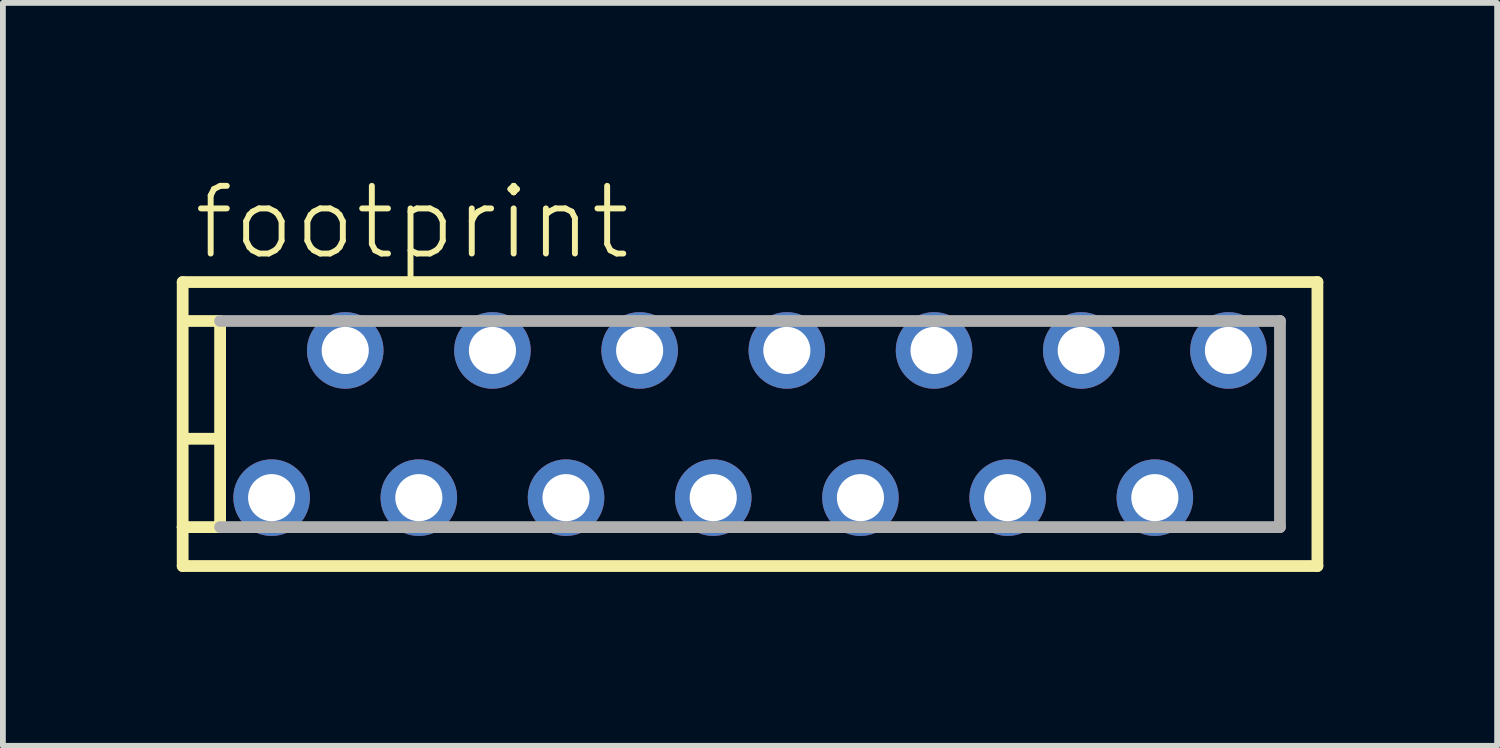
<source format=kicad_pcb>
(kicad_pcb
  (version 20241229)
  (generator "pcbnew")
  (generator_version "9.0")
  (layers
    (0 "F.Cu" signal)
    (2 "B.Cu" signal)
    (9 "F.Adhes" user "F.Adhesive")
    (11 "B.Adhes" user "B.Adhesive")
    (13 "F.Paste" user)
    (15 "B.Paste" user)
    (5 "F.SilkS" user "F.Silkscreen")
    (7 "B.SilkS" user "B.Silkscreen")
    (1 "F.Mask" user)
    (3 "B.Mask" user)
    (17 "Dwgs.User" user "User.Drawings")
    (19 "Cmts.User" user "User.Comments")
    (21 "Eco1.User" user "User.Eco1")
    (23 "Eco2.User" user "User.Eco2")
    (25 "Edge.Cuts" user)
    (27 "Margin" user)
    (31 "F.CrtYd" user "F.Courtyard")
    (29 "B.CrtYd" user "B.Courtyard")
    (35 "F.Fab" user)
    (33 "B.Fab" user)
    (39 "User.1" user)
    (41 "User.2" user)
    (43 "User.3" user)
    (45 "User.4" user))
  (footprint "footprint"
    (layer "F.Cu")
    (at 9.892 4.267)
    (property "Reference" "footprint" (at -9.652 -2.794 0) (layer "F.SilkS") (effects (font (size 1.168 1.168) (thickness 0.102)) (justify left bottom)))
    (fp_line (start -9.79 -2.45) (end -9.79 1.778) (stroke (width 0.203) (type solid)) (layer "F.SilkS"))
    (fp_line (start -9.79 1.778) (end -9.79 2.45) (stroke (width 0.203) (type solid)) (layer "F.SilkS"))
    (fp_line (start -9.79 2.45) (end 9.79 2.45) (stroke (width 0.203) (type solid)) (layer "F.SilkS"))
    (fp_line (start -9.779 -1.778) (end -9.144 -1.778) (stroke (width 0.203) (type solid)) (layer "F.SilkS"))
    (fp_line (start -9.779 0.254) (end -9.144 0.254) (stroke (width 0.203) (type solid)) (layer "F.SilkS"))
    (fp_line (start -9.144 -1.778) (end -9.144 0.254) (stroke (width 0.203) (type solid)) (layer "F.SilkS"))
    (fp_line (start -9.144 0.254) (end -9.144 1.778) (stroke (width 0.203) (type solid)) (layer "F.SilkS"))
    (fp_line (start -9.144 1.778) (end -9.79 1.778) (stroke (width 0.203) (type solid)) (layer "F.SilkS"))
    (fp_line (start 9.79 -2.45) (end -9.79 -2.45) (stroke (width 0.203) (type solid)) (layer "F.SilkS"))
    (fp_line (start 9.79 2.45) (end 9.79 -2.45) (stroke (width 0.203) (type solid)) (layer "F.SilkS"))
    (fp_line (start -9.144 -1.778) (end 9.144 -1.778) (stroke (width 0.203) (type solid)) (layer "F.Fab"))
    (fp_line (start 9.144 -1.778) (end 9.144 1.778) (stroke (width 0.203) (type solid)) (layer "F.Fab"))
    (fp_line (start 9.144 1.778) (end -9.144 1.778) (stroke (width 0.203) (type solid)) (layer "F.Fab"))
    (pad "1" thru_hole circle (at 8.255 -1.27) (size 1.321 1.321) (drill 0.813) (layers "*.Cu" "*.Mask"))
    (pad "2" thru_hole circle (at 6.985 1.27) (size 1.321 1.321) (drill 0.813) (layers "*.Cu" "*.Mask"))
    (pad "3" thru_hole circle (at 5.715 -1.27) (size 1.321 1.321) (drill 0.813) (layers "*.Cu" "*.Mask"))
    (pad "4" thru_hole circle (at 4.445 1.27) (size 1.321 1.321) (drill 0.813) (layers "*.Cu" "*.Mask"))
    (pad "5" thru_hole circle (at 3.175 -1.27) (size 1.321 1.321) (drill 0.813) (layers "*.Cu" "*.Mask"))
    (pad "6" thru_hole circle (at 1.905 1.27) (size 1.321 1.321) (drill 0.813) (layers "*.Cu" "*.Mask"))
    (pad "7" thru_hole circle (at 0.635 -1.27) (size 1.321 1.321) (drill 0.813) (layers "*.Cu" "*.Mask"))
    (pad "8" thru_hole circle (at -0.635 1.27) (size 1.321 1.321) (drill 0.813) (layers "*.Cu" "*.Mask"))
    (pad "9" thru_hole circle (at -1.905 -1.27) (size 1.321 1.321) (drill 0.813) (layers "*.Cu" "*.Mask"))
    (pad "10" thru_hole circle (at -3.175 1.27) (size 1.321 1.321) (drill 0.813) (layers "*.Cu" "*.Mask"))
    (pad "11" thru_hole circle (at -4.445 -1.27) (size 1.321 1.321) (drill 0.813) (layers "*.Cu" "*.Mask"))
    (pad "12" thru_hole circle (at -5.715 1.27) (size 1.321 1.321) (drill 0.813) (layers "*.Cu" "*.Mask"))
    (pad "13" thru_hole circle (at -6.985 -1.27) (size 1.321 1.321) (drill 0.813) (layers "*.Cu" "*.Mask"))
    (pad "14" thru_hole circle (at -8.255 1.27) (size 1.321 1.321) (drill 0.813) (layers "*.Cu" "*.Mask")))
  (gr_rect
    (start -3 -3)
    (end 22.783 9.819)
    (stroke (width 0.1) (type default))
    (fill no)
    (layer "Edge.Cuts")))
</source>
